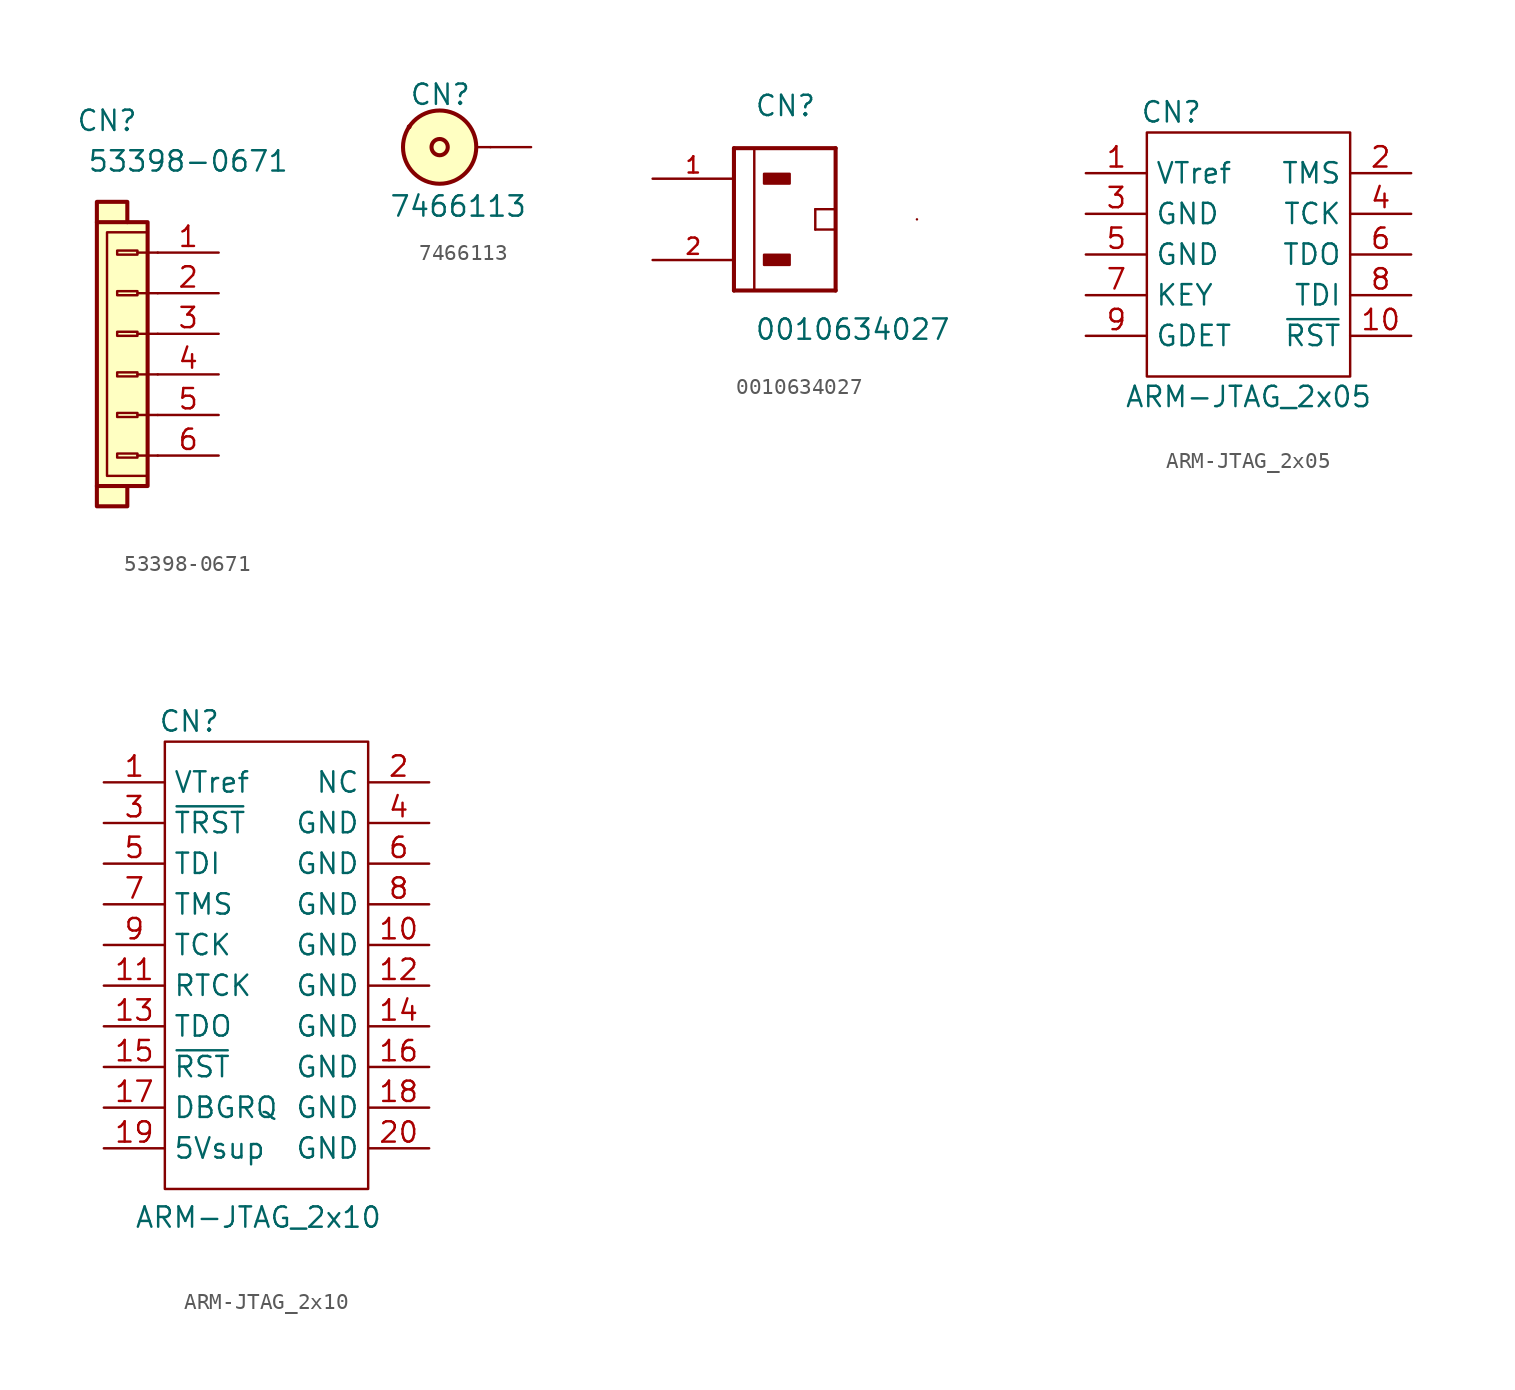
<source format=kicad_sym>
(kicad_symbol_lib
  (version 20231120)
  (generator "kicad_symbol_editor")
  (generator_version "8.0")
  (symbol "53398-0671"
    (pin_names
      (offset 1.016) hide)
    (property "Reference" "CN"
      (at -0.635 13.335 0)
      (effects (font (size 1.27 1.27))))
    (property "Value" "53398-0671"
      (at 4.445 10.795 0)
      (effects (font (size 1.27 1.27))))
    (symbol "53398-0671_0_1"
      (polyline (pts (xy 2.54 -7.62) (xy 1.27 -7.62)) (stroke (width 0) (type default)) (fill (type none)))
      (polyline (pts (xy 2.54 -5.08) (xy 1.27 -5.08)) (stroke (width 0) (type default)) (fill (type none)))
      (polyline (pts (xy 2.54 -2.54) (xy 1.27 -2.54)) (stroke (width 0) (type default)) (fill (type none)))
      (polyline (pts (xy 2.54 0) (xy 1.27 0)) (stroke (width 0) (type default)) (fill (type none)))
      (polyline (pts (xy 2.54 2.54) (xy 1.27 2.54)) (stroke (width 0) (type default)) (fill (type none)))
      (polyline (pts (xy 2.54 5.08) (xy 1.27 5.08)) (stroke (width 0) (type default)) (fill (type none)))
      (polyline (pts (xy -1.27 -9.525) (xy -1.27 -10.795) (xy 0.635 -10.795) (xy 0.635 -9.525)) (stroke (width 0.254) (type default)) (fill (type background)))
      (polyline (pts (xy -1.27 6.985) (xy -1.27 8.255) (xy 0.635 8.255) (xy 0.635 6.985)) (stroke (width 0.254) (type default)) (fill (type background)))
      (polyline (pts (xy 1.905 6.35) (xy -0.635 6.35) (xy -0.635 -8.89) (xy 1.905 -8.89)) (stroke (width 0) (type default)) (fill (type none))))
    (symbol "53398-0671_1_1"
      (rectangle (start -1.27 6.985) (end 1.905 -9.525) (stroke (width 0.254) (type default)) (fill (type background)))
      (rectangle (start 0 -7.493) (end 1.27 -7.747) (stroke (width 0.152) (type default)) (fill (type none)))
      (rectangle (start 0 -4.953) (end 1.27 -5.207) (stroke (width 0.152) (type default)) (fill (type none)))
      (rectangle (start 0 -2.413) (end 1.27 -2.667) (stroke (width 0.152) (type default)) (fill (type none)))
      (rectangle (start 0 0.127) (end 1.27 -0.127) (stroke (width 0.152) (type default)) (fill (type none)))
      (rectangle (start 0 2.667) (end 1.27 2.413) (stroke (width 0.152) (type default)) (fill (type none)))
      (rectangle (start 0 5.207) (end 1.27 4.953) (stroke (width 0.152) (type default)) (fill (type none)))
      (pin passive line (at 6.35 5.08 180) (length 3.81) (name "Pin_1" (effects (font (size 1.27 1.27)))) (number "1" (effects (font (size 1.27 1.27)))))
      (pin passive line (at 6.35 2.54 180) (length 3.81) (name "Pin_2" (effects (font (size 1.27 1.27)))) (number "2" (effects (font (size 1.27 1.27)))))
      (pin passive line (at 6.35 0 180) (length 3.81) (name "Pin_3" (effects (font (size 1.27 1.27)))) (number "3" (effects (font (size 1.27 1.27)))))
      (pin passive line (at 6.35 -2.54 180) (length 3.81) (name "Pin_4" (effects (font (size 1.27 1.27)))) (number "4" (effects (font (size 1.27 1.27)))))
      (pin passive line (at 6.35 -5.08 180) (length 3.81) (name "Pin_5" (effects (font (size 1.27 1.27)))) (number "5" (effects (font (size 1.27 1.27)))))
      (pin passive line (at 6.35 -7.62 180) (length 3.81) (name "Pin_6" (effects (font (size 1.27 1.27)))) (number "6" (effects (font (size 1.27 1.27)))))))
  (symbol "7466113"
    (pin_numbers hide)
    (pin_names
      (offset 1.016) hide)
    (property "Reference" "CN"
      (at -3.81 2.54 0)
      (effects (font (size 1.27 1.27)) (justify left bottom)))
    (property "Value" "7466113"
      (at -5.08 -4.445 0)
      (effects (font (size 1.27 1.27)) (justify left bottom)))
    (symbol "7466113_0_0"
      (pin passive line (at 3.81 0 180) (length 2.54) (name "~" (effects (font (size 1.016 1.016)))) (number "1" (effects (font (size 1.016 1.016))))))
    (symbol "7466113_0_1"
      (circle (center -3.81 1.27) (radius 0.0001) (stroke (width 0) (type default)) (fill (type none)))
      (circle (center -1.905 0) (radius 0.508) (stroke (width 0.254) (type default)) (fill (type none)))
      (circle (center -1.905 0) (radius 2.289) (stroke (width 0.254) (type default)) (fill (type background)))
      (polyline (pts (xy 1.27 0) (xy 0.381 0)) (stroke (width 0) (type default)) (fill (type none)))))
  (symbol "0010634027"
    (pin_names hide)
    (property "Reference" "CN"
      (at 0 6.35 0)
      (effects (font (size 1.27 1.27)) (justify left bottom)))
    (property "Value" "0010634027"
      (at 0 -7.62 0)
      (effects (font (size 1.27 1.27)) (justify left bottom)))
    (symbol "0010634027_0_0"
      (polyline (pts (xy -1.27 -4.445) (xy 5.08 -4.445)) (stroke (width 0.254) (type default)) (fill (type none)))
      (polyline (pts (xy 5.08 -4.445) (xy 5.08 4.445)) (stroke (width 0.254) (type default)) (fill (type none)))
      (polyline (pts (xy 5.08 4.445) (xy -1.27 4.445)) (stroke (width 0.254) (type default)) (fill (type none)))
      (polyline (pts (xy -1.27 0) (xy -1.27 4.445) (xy -1.27 -4.445)) (stroke (width 0.254) (type default)) (fill (type none)))
      (rectangle (start 0.61 -2.845) (end 2.21 -2.21) (stroke (width 0) (type default)) (fill (type outline)))
      (rectangle (start 0.61 2.235) (end 2.21 2.845) (stroke (width 0) (type default)) (fill (type outline)))
      (pin passive line (at -6.35 2.54 0) (length 5.08) (name "1" (effects (font (size 1.016 1.016)))) (number "1" (effects (font (size 1.016 1.016)))))
      (pin passive line (at -6.35 -2.54 0) (length 5.08) (name "2" (effects (font (size 1.016 1.016)))) (number "2" (effects (font (size 1.016 1.016))))))
    (symbol "0010634027_0_1"
      (polyline (pts (xy 0 4.445) (xy 0 -4.445)) (stroke (width 0) (type default)) (fill (type none)))
      (rectangle (start 3.81 -0.635) (end 5.08 -0.635) (stroke (width 0) (type default)) (fill (type none)))
      (rectangle (start 3.81 0.635) (end 3.81 -0.635) (stroke (width 0) (type default)) (fill (type none)))
      (rectangle (start 5.08 0.635) (end 3.81 0.635) (stroke (width 0) (type default)) (fill (type none)))
      (rectangle (start 10.16 0) (end 10.16 0) (stroke (width 0) (type default)) (fill (type none)))))
  (symbol "ARM-JTAG_2x05"
    (property "Reference" "CN"
      (at -4.826 7.62 0)
      (effects (font (size 1.27 1.27))))
    (property "Value" "ARM-JTAG_2x05"
      (at 0 -10.16 0)
      (effects (font (size 1.27 1.27))))
    (symbol "ARM-JTAG_2x05_0_1"
      (rectangle (start -6.35 6.35) (end 6.35 -8.89) (stroke (width 0) (type default)) (fill (type none))))
    (symbol "ARM-JTAG_2x05_1_1"
      (pin passive line (at -10.16 3.81 0) (length 3.81) (name "VTref" (effects (font (size 1.27 1.27)))) (number "1" (effects (font (size 1.27 1.27)))))
      (pin passive line (at 10.16 -6.35 180) (length 3.81) (name "~{RST}" (effects (font (size 1.27 1.27)))) (number "10" (effects (font (size 1.27 1.27)))))
      (pin passive line (at 10.16 3.81 180) (length 3.81) (name "TMS" (effects (font (size 1.27 1.27)))) (number "2" (effects (font (size 1.27 1.27)))))
      (pin passive line (at -10.16 1.27 0) (length 3.81) (name "GND" (effects (font (size 1.27 1.27)))) (number "3" (effects (font (size 1.27 1.27)))))
      (pin passive line (at 10.16 1.27 180) (length 3.81) (name "TCK" (effects (font (size 1.27 1.27)))) (number "4" (effects (font (size 1.27 1.27)))))
      (pin passive line (at -10.16 -1.27 0) (length 3.81) (name "GND" (effects (font (size 1.27 1.27)))) (number "5" (effects (font (size 1.27 1.27)))))
      (pin passive line (at 10.16 -1.27 180) (length 3.81) (name "TDO" (effects (font (size 1.27 1.27)))) (number "6" (effects (font (size 1.27 1.27)))))
      (pin passive line (at -10.16 -3.81 0) (length 3.81) (name "KEY" (effects (font (size 1.27 1.27)))) (number "7" (effects (font (size 1.27 1.27)))))
      (pin passive line (at 10.16 -3.81 180) (length 3.81) (name "TDI" (effects (font (size 1.27 1.27)))) (number "8" (effects (font (size 1.27 1.27)))))
      (pin passive line (at -10.16 -6.35 0) (length 3.81) (name "GDET" (effects (font (size 1.27 1.27)))) (number "9" (effects (font (size 1.27 1.27)))))))
  (symbol "ARM-JTAG_2x10"
    (property "Reference" "CN"
      (at -4.826 7.62 0)
      (effects (font (size 1.27 1.27))))
    (property "Value" "ARM-JTAG_2x10"
      (at -0.508 -23.368 0)
      (effects (font (size 1.27 1.27))))
    (symbol "ARM-JTAG_2x10_0_1"
      (rectangle (start -6.35 6.35) (end 6.35 -21.59) (stroke (width 0) (type default)) (fill (type none))))
    (symbol "ARM-JTAG_2x10_1_1"
      (pin passive line (at -10.16 3.81 0) (length 3.81) (name "VTref" (effects (font (size 1.27 1.27)))) (number "1" (effects (font (size 1.27 1.27)))))
      (pin passive line (at 10.16 -6.35 180) (length 3.81) (name "GND" (effects (font (size 1.27 1.27)))) (number "10" (effects (font (size 1.27 1.27)))))
      (pin passive line (at -10.16 -8.89 0) (length 3.81) (name "RTCK" (effects (font (size 1.27 1.27)))) (number "11" (effects (font (size 1.27 1.27)))))
      (pin passive line (at 10.16 -8.89 180) (length 3.81) (name "GND" (effects (font (size 1.27 1.27)))) (number "12" (effects (font (size 1.27 1.27)))))
      (pin passive line (at -10.16 -11.43 0) (length 3.81) (name "TDO" (effects (font (size 1.27 1.27)))) (number "13" (effects (font (size 1.27 1.27)))))
      (pin passive line (at 10.16 -11.43 180) (length 3.81) (name "GND" (effects (font (size 1.27 1.27)))) (number "14" (effects (font (size 1.27 1.27)))))
      (pin passive line (at -10.16 -13.97 0) (length 3.81) (name "~{RST}" (effects (font (size 1.27 1.27)))) (number "15" (effects (font (size 1.27 1.27)))))
      (pin passive line (at 10.16 -13.97 180) (length 3.81) (name "GND" (effects (font (size 1.27 1.27)))) (number "16" (effects (font (size 1.27 1.27)))))
      (pin passive line (at -10.16 -16.51 0) (length 3.81) (name "DBGRQ" (effects (font (size 1.27 1.27)))) (number "17" (effects (font (size 1.27 1.27)))))
      (pin passive line (at 10.16 -16.51 180) (length 3.81) (name "GND" (effects (font (size 1.27 1.27)))) (number "18" (effects (font (size 1.27 1.27)))))
      (pin passive line (at -10.16 -19.05 0) (length 3.81) (name "5Vsup" (effects (font (size 1.27 1.27)))) (number "19" (effects (font (size 1.27 1.27)))))
      (pin passive line (at 10.16 3.81 180) (length 3.81) (name "NC" (effects (font (size 1.27 1.27)))) (number "2" (effects (font (size 1.27 1.27)))))
      (pin passive line (at 10.16 -19.05 180) (length 3.81) (name "GND" (effects (font (size 1.27 1.27)))) (number "20" (effects (font (size 1.27 1.27)))))
      (pin passive line (at -10.16 1.27 0) (length 3.81) (name "~{TRST}" (effects (font (size 1.27 1.27)))) (number "3" (effects (font (size 1.27 1.27)))))
      (pin passive line (at 10.16 1.27 180) (length 3.81) (name "GND" (effects (font (size 1.27 1.27)))) (number "4" (effects (font (size 1.27 1.27)))))
      (pin passive line (at -10.16 -1.27 0) (length 3.81) (name "TDI" (effects (font (size 1.27 1.27)))) (number "5" (effects (font (size 1.27 1.27)))))
      (pin passive line (at 10.16 -1.27 180) (length 3.81) (name "GND" (effects (font (size 1.27 1.27)))) (number "6" (effects (font (size 1.27 1.27)))))
      (pin passive line (at -10.16 -3.81 0) (length 3.81) (name "TMS" (effects (font (size 1.27 1.27)))) (number "7" (effects (font (size 1.27 1.27)))))
      (pin passive line (at 10.16 -3.81 180) (length 3.81) (name "GND" (effects (font (size 1.27 1.27)))) (number "8" (effects (font (size 1.27 1.27)))))
      (pin passive line (at -10.16 -6.35 0) (length 3.81) (name "TCK" (effects (font (size 1.27 1.27)))) (number "9" (effects (font (size 1.27 1.27))))))))
</source>
